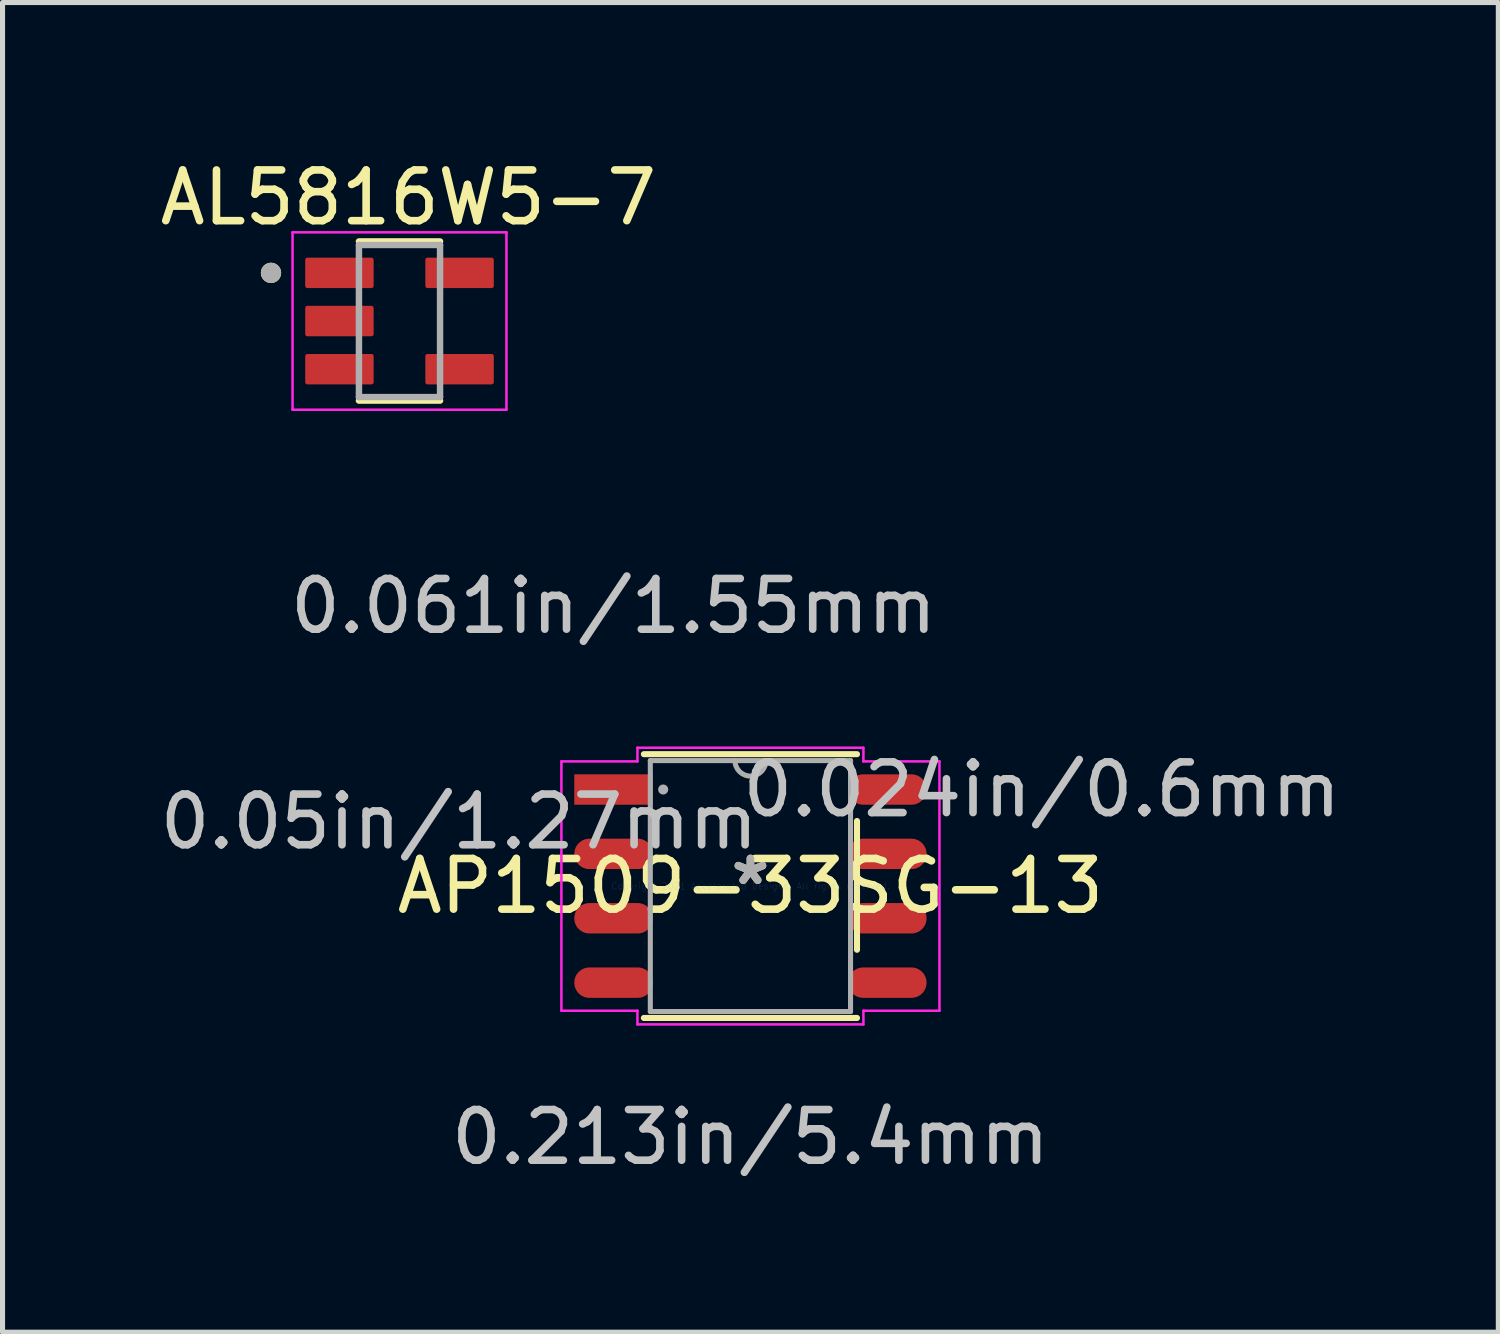
<source format=kicad_pcb>
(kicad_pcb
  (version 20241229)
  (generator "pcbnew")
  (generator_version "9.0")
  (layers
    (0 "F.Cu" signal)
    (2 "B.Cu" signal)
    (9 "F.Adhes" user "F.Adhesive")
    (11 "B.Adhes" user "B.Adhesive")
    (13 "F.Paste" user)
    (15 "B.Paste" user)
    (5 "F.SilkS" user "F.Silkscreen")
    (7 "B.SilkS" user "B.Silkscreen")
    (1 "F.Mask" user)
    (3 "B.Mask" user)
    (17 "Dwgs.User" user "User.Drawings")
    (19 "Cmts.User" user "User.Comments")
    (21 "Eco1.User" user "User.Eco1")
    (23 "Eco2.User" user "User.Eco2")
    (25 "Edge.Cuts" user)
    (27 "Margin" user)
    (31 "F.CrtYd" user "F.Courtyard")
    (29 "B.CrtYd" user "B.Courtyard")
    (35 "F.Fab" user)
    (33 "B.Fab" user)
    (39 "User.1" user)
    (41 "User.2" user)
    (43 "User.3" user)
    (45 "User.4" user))
  (footprint "AL5816W5-7"
    (layer "F.Cu")
    (at 4.831 3.283)
    (property "Reference" "AL5816W5-7" (at 0.175 -2.435 0) (layer "F.SilkS") (effects (font (size 1 1) (thickness 0.15))))
    (attr through_hole)
    (fp_line (start -0.8 -1.57) (end 0.8 -1.57) (stroke (width 0.127) (type solid)) (layer "F.SilkS"))
    (fp_line (start -0.8 1.57) (end 0.8 1.57) (stroke (width 0.127) (type solid)) (layer "F.SilkS"))
    (fp_circle (center -2.535 -0.95) (end -2.435 -0.95) (stroke (width 0.2) (type solid)) (fill no) (layer "F.SilkS"))
    (fp_line (start -2.11 -1.75) (end -2.11 1.75) (stroke (width 0.05) (type solid)) (layer "F.CrtYd"))
    (fp_line (start -2.11 -1.75) (end 2.11 -1.75) (stroke (width 0.05) (type solid)) (layer "F.CrtYd"))
    (fp_line (start -2.11 1.75) (end 2.11 1.75) (stroke (width 0.05) (type solid)) (layer "F.CrtYd"))
    (fp_line (start 2.11 -1.75) (end 2.11 1.75) (stroke (width 0.05) (type solid)) (layer "F.CrtYd"))
    (fp_line (start -0.8 -1.5) (end -0.8 1.5) (stroke (width 0.127) (type solid)) (layer "F.Fab"))
    (fp_line (start -0.8 -1.5) (end 0.8 -1.5) (stroke (width 0.127) (type solid)) (layer "F.Fab"))
    (fp_line (start -0.8 1.5) (end 0.8 1.5) (stroke (width 0.127) (type solid)) (layer "F.Fab"))
    (fp_line (start 0.8 -1.5) (end 0.8 1.5) (stroke (width 0.127) (type solid)) (layer "F.Fab"))
    (fp_circle (center -2.535 -0.95) (end -2.435 -0.95) (stroke (width 0.2) (type solid)) (fill no) (layer "F.Fab"))
    (pad "1" smd roundrect (at -1.185 -0.95) (size 1.35 0.6) (layers "F.Cu" "F.Mask" "F.Paste") (roundrect_rratio 0.07))
    (pad "2" smd roundrect (at -1.185 0) (size 1.35 0.6) (layers "F.Cu" "F.Mask" "F.Paste") (roundrect_rratio 0.07))
    (pad "3" smd roundrect (at -1.185 0.95) (size 1.35 0.6) (layers "F.Cu" "F.Mask" "F.Paste") (roundrect_rratio 0.07))
    (pad "4" smd roundrect (at 1.185 0.95) (size 1.35 0.6) (layers "F.Cu" "F.Mask" "F.Paste") (roundrect_rratio 0.07))
    (pad "5" smd roundrect (at 1.185 -0.95) (size 1.35 0.6) (layers "F.Cu" "F.Mask" "F.Paste") (roundrect_rratio 0.07)))
  (footprint "AP1509-33SG-13"
    (layer "F.Cu")
    (at 11.754 14.43)
    (property "Reference" "AP1509-33SG-13" (at 0 0 0) (layer "F.SilkS") (effects (font (size 1 1) (thickness 0.15))))
    (attr through_hole)
    (fp_line (start -2.102 2.602) (end 2.102 2.602) (stroke (width 0.12) (type solid)) (layer "F.SilkS"))
    (fp_line (start 2.102 -2.602) (end -2.102 -2.602) (stroke (width 0.12) (type solid)) (layer "F.SilkS"))
    (fp_line (start 2.102 -0.014) (end 2.102 -1.284) (stroke (width 0.12) (type solid)) (layer "F.SilkS"))
    (fp_line (start 2.102 1.256) (end 2.102 -0.014) (stroke (width 0.12) (type solid)) (layer "F.SilkS"))
    (fp_line (start -3.729 -2.459) (end -2.229 -2.459) (stroke (width 0.05) (type solid)) (layer "F.CrtYd"))
    (fp_line (start -3.729 2.459) (end -3.729 -2.459) (stroke (width 0.05) (type solid)) (layer "F.CrtYd"))
    (fp_line (start -2.229 -2.729) (end 2.229 -2.729) (stroke (width 0.05) (type solid)) (layer "F.CrtYd"))
    (fp_line (start -2.229 -2.459) (end -2.229 -2.729) (stroke (width 0.05) (type solid)) (layer "F.CrtYd"))
    (fp_line (start -2.229 2.459) (end -3.729 2.459) (stroke (width 0.05) (type solid)) (layer "F.CrtYd"))
    (fp_line (start -2.229 2.729) (end -2.229 2.459) (stroke (width 0.05) (type solid)) (layer "F.CrtYd"))
    (fp_line (start 2.229 -2.729) (end 2.229 -2.459) (stroke (width 0.05) (type solid)) (layer "F.CrtYd"))
    (fp_line (start 2.229 -2.459) (end 3.729 -2.459) (stroke (width 0.05) (type solid)) (layer "F.CrtYd"))
    (fp_line (start 2.229 2.459) (end 2.229 2.729) (stroke (width 0.05) (type solid)) (layer "F.CrtYd"))
    (fp_line (start 2.229 2.729) (end -2.229 2.729) (stroke (width 0.05) (type solid)) (layer "F.CrtYd"))
    (fp_line (start 3.729 -2.459) (end 3.729 2.459) (stroke (width 0.05) (type solid)) (layer "F.CrtYd"))
    (fp_line (start 3.729 2.459) (end 2.229 2.459) (stroke (width 0.05) (type solid)) (layer "F.CrtYd"))
    (fp_line (start -1.975 -2.475) (end -1.975 2.475) (stroke (width 0.1) (type solid)) (layer "F.Fab"))
    (fp_line (start -1.975 2.475) (end 1.975 2.475) (stroke (width 0.1) (type solid)) (layer "F.Fab"))
    (fp_line (start 1.975 -2.475) (end -1.975 -2.475) (stroke (width 0.1) (type solid)) (layer "F.Fab"))
    (fp_line (start 1.975 2.475) (end 1.975 -2.475) (stroke (width 0.1) (type solid)) (layer "F.Fab"))
    (fp_arc (start 0.3048 -2.475) (mid 0 -2.1702) (end -0.3048 -2.475) (stroke (width 0.1) (type solid)) (layer "F.Fab"))
    (fp_circle (center -1.721 -1.905) (end -1.721 -1.905) (stroke (width 0.1) (type solid)) (fill no) (layer "F.Fab"))
    (fp_text user "*" (at 0 0 0) (layer "F.SilkS") (effects (font (size 1 1) (thickness 0.15))))
    (fp_text user "0.213in/5.4mm" (at 0 4.953 0) (layer "Dwgs.User") (effects (font (size 1 1) (thickness 0.15))))
    (fp_text user "0.024in/0.6mm" (at 5.748 -1.905 0) (layer "Dwgs.User") (effects (font (size 1 1) (thickness 0.15))))
    (fp_text user "0.061in/1.55mm" (at -2.7 -5.523 0) (layer "Dwgs.User") (effects (font (size 1 1) (thickness 0.15))))
    (fp_text user "0.05in/1.27mm" (at -5.748 -1.27 0) (layer "Dwgs.User") (effects (font (size 1 1) (thickness 0.15))))
    (fp_text user "Copyright 2021 Accelerated Designs. All rights reserved." (at 0 0 0) (layer "Cmts.User") (effects (font (size 0.127 0.127) (thickness 0.002))))
    (fp_text user "*" (at 0 0 0) (layer "F.Fab") (effects (font (size 1 1) (thickness 0.15))))
    (pad "1" smd rect (at -2.7 -1.905) (size 1.55 0.6) (layers "F.Cu" "F.Mask" "F.Paste"))
    (pad "2" smd oval (at -2.7 -0.635) (size 1.55 0.6) (layers "F.Cu" "F.Mask" "F.Paste"))
    (pad "3" smd oval (at -2.7 0.635) (size 1.55 0.6) (layers "F.Cu" "F.Mask" "F.Paste"))
    (pad "4" smd oval (at -2.7 1.905) (size 1.55 0.6) (layers "F.Cu" "F.Mask" "F.Paste"))
    (pad "5" smd oval (at 2.7 1.905) (size 1.55 0.6) (layers "F.Cu" "F.Mask" "F.Paste"))
    (pad "6" smd oval (at 2.7 0.635) (size 1.55 0.6) (layers "F.Cu" "F.Mask" "F.Paste"))
    (pad "7" smd oval (at 2.7 -0.635) (size 1.55 0.6) (layers "F.Cu" "F.Mask" "F.Paste"))
    (pad "8" smd oval (at 2.7 -1.905) (size 1.55 0.6) (layers "F.Cu" "F.Mask" "F.Paste")))
  (gr_rect
    (start -3 -3)
    (end 26.508 23.231)
    (stroke (width 0.1) (type default))
    (fill no)
    (layer "Edge.Cuts")))
</source>
